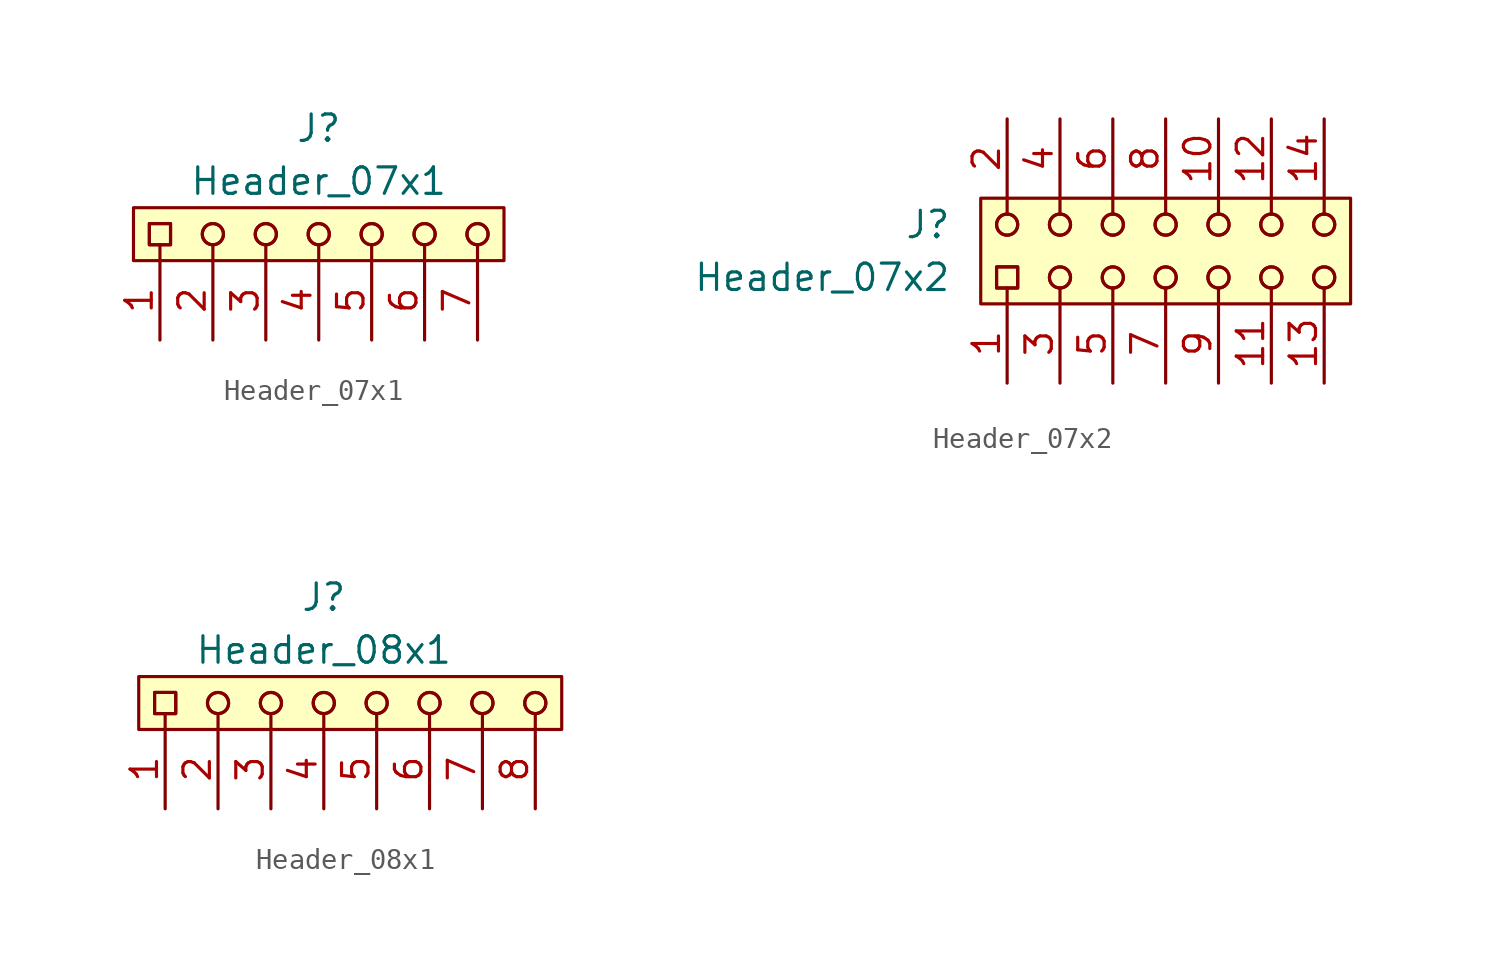
<source format=kicad_sym>
(kicad_symbol_lib
  (version 20220914)
  (generator kicad_symbol_editor)
  (symbol "Header_07x1"
    (pin_names hide)
    (property "Reference" "J"
      (at 0 5.08 0)
      (effects (font (size 1.27 1.27))))
    (property "Value" "Header_07x1"
      (at 0 2.54 0)
      (effects (font (size 1.27 1.27))))
    (symbol "Header_07x1_1_1"
      (rectangle (start -8.89 1.27) (end 8.89 -1.27) (stroke (width 0.152) (type default)) (fill (type background)))
      (rectangle (start -8.128 0.508) (end -7.112 -0.508) (stroke (width 0) (type default)) (fill (type none)))
      (rectangle (start -8.128 0.508) (end -7.112 -0.508) (stroke (width 0) (type default)) (fill (type none)))
      (circle (center -5.08 0) (radius 0.508) (stroke (width 0) (type default)) (fill (type none)))
      (circle (center -5.08 0) (radius 0.508) (stroke (width 0) (type default)) (fill (type none)))
      (circle (center -2.54 0) (radius 0.508) (stroke (width 0) (type default)) (fill (type none)))
      (circle (center -2.54 0) (radius 0.508) (stroke (width 0) (type default)) (fill (type none)))
      (polyline (pts (xy -7.62 -0.508) (xy -7.62 -1.27)) (stroke (width 0) (type default)) (fill (type none)))
      (polyline (pts (xy -5.08 -0.508) (xy -5.08 -1.27)) (stroke (width 0) (type default)) (fill (type none)))
      (polyline (pts (xy -2.54 -0.508) (xy -2.54 -1.27)) (stroke (width 0) (type default)) (fill (type none)))
      (polyline (pts (xy 0 -0.508) (xy 0 -1.27)) (stroke (width 0) (type default)) (fill (type none)))
      (polyline (pts (xy 2.54 -0.508) (xy 2.54 -1.27)) (stroke (width 0) (type default)) (fill (type none)))
      (polyline (pts (xy 5.08 -0.508) (xy 5.08 -1.27)) (stroke (width 0) (type default)) (fill (type none)))
      (polyline (pts (xy 7.62 -0.508) (xy 7.62 -1.27)) (stroke (width 0) (type default)) (fill (type none)))
      (circle (center 0 0) (radius 0.508) (stroke (width 0) (type default)) (fill (type none)))
      (circle (center 0 0) (radius 0.508) (stroke (width 0) (type default)) (fill (type none)))
      (circle (center 2.54 0) (radius 0.508) (stroke (width 0) (type default)) (fill (type none)))
      (circle (center 2.54 0) (radius 0.508) (stroke (width 0) (type default)) (fill (type none)))
      (circle (center 5.08 0) (radius 0.508) (stroke (width 0) (type default)) (fill (type none)))
      (circle (center 5.08 0) (radius 0.508) (stroke (width 0) (type default)) (fill (type none)))
      (circle (center 7.62 0) (radius 0.508) (stroke (width 0) (type default)) (fill (type none)))
      (circle (center 7.62 0) (radius 0.508) (stroke (width 0) (type default)) (fill (type none)))
      (pin passive line (at -7.62 -5.08 90) (length 3.81) (name "~" (effects (font (size 1.27 1.27)))) (number "1" (effects (font (size 1.27 1.27)))))
      (pin passive line (at -5.08 -5.08 90) (length 3.81) (name "~" (effects (font (size 1.27 1.27)))) (number "2" (effects (font (size 1.27 1.27)))))
      (pin passive line (at -2.54 -5.08 90) (length 3.81) (name "~" (effects (font (size 1.27 1.27)))) (number "3" (effects (font (size 1.27 1.27)))))
      (pin passive line (at 0 -5.08 90) (length 3.81) (name "~" (effects (font (size 1.27 1.27)))) (number "4" (effects (font (size 1.27 1.27)))))
      (pin passive line (at 2.54 -5.08 90) (length 3.81) (name "~" (effects (font (size 1.27 1.27)))) (number "5" (effects (font (size 1.27 1.27)))))
      (pin passive line (at 5.08 -5.08 90) (length 3.81) (name "~" (effects (font (size 1.27 1.27)))) (number "6" (effects (font (size 1.27 1.27)))))
      (pin passive line (at 7.62 -5.08 90) (length 3.81) (name "~" (effects (font (size 1.27 1.27)))) (number "7" (effects (font (size 1.27 1.27)))))))
  (symbol "Header_07x2"
    (pin_names hide)
    (property "Reference" "J"
      (at -11.43 2.54 0)
      (effects (font (size 1.27 1.27))))
    (property "Value" "Header_07x2"
      (at -16.51 0 0)
      (effects (font (size 1.27 1.27))))
    (symbol "Header_07x2_0_0"
      (pin passive line (at -7.62 -5.08 90) (length 3.81) (name "~" (effects (font (size 1.27 1.27)))) (number "1" (effects (font (size 1.27 1.27)))))
      (pin passive line (at 2.54 7.62 270) (length 3.81) (name "~" (effects (font (size 1.27 1.27)))) (number "10" (effects (font (size 1.27 1.27)))))
      (pin passive line (at 5.08 -5.08 90) (length 3.81) (name "~" (effects (font (size 1.27 1.27)))) (number "11" (effects (font (size 1.27 1.27)))))
      (pin passive line (at 5.08 7.62 270) (length 3.81) (name "~" (effects (font (size 1.27 1.27)))) (number "12" (effects (font (size 1.27 1.27)))))
      (pin passive line (at 7.62 -5.08 90) (length 3.81) (name "~" (effects (font (size 1.27 1.27)))) (number "13" (effects (font (size 1.27 1.27)))))
      (pin passive line (at 7.62 7.62 270) (length 3.81) (name "~" (effects (font (size 1.27 1.27)))) (number "14" (effects (font (size 1.27 1.27)))))
      (pin passive line (at -7.62 7.62 270) (length 3.81) (name "~" (effects (font (size 1.27 1.27)))) (number "2" (effects (font (size 1.27 1.27)))))
      (pin passive line (at -5.08 -5.08 90) (length 3.81) (name "~" (effects (font (size 1.27 1.27)))) (number "3" (effects (font (size 1.27 1.27)))))
      (pin passive line (at -5.08 7.62 270) (length 3.81) (name "~" (effects (font (size 1.27 1.27)))) (number "4" (effects (font (size 1.27 1.27)))))
      (pin passive line (at -2.54 -5.08 90) (length 3.81) (name "~" (effects (font (size 1.27 1.27)))) (number "5" (effects (font (size 1.27 1.27)))))
      (pin passive line (at -2.54 7.62 270) (length 3.81) (name "~" (effects (font (size 1.27 1.27)))) (number "6" (effects (font (size 1.27 1.27)))))
      (pin passive line (at 0 -5.08 90) (length 3.81) (name "~" (effects (font (size 1.27 1.27)))) (number "7" (effects (font (size 1.27 1.27)))))
      (pin passive line (at 0 7.62 270) (length 3.81) (name "~" (effects (font (size 1.27 1.27)))) (number "8" (effects (font (size 1.27 1.27)))))
      (pin passive line (at 2.54 -5.08 90) (length 3.81) (name "~" (effects (font (size 1.27 1.27)))) (number "9" (effects (font (size 1.27 1.27))))))
    (symbol "Header_07x2_0_1"
      (rectangle (start -8.89 3.81) (end 8.89 -1.27) (stroke (width 0.152) (type default)) (fill (type background)))
      (rectangle (start -8.128 0.508) (end -7.112 -0.508) (stroke (width 0) (type default)) (fill (type none)))
      (rectangle (start -8.128 0.508) (end -7.112 -0.508) (stroke (width 0) (type default)) (fill (type none)))
      (circle (center -7.62 2.54) (radius 0.508) (stroke (width 0) (type default)) (fill (type none)))
      (circle (center -7.62 2.54) (radius 0.508) (stroke (width 0) (type default)) (fill (type none)))
      (circle (center -5.08 0) (radius 0.508) (stroke (width 0) (type default)) (fill (type none)))
      (circle (center -5.08 0) (radius 0.508) (stroke (width 0) (type default)) (fill (type none)))
      (circle (center -5.08 2.54) (radius 0.508) (stroke (width 0) (type default)) (fill (type none)))
      (circle (center -5.08 2.54) (radius 0.508) (stroke (width 0) (type default)) (fill (type none)))
      (circle (center -2.54 0) (radius 0.508) (stroke (width 0) (type default)) (fill (type none)))
      (circle (center -2.54 0) (radius 0.508) (stroke (width 0) (type default)) (fill (type none)))
      (circle (center -2.54 2.54) (radius 0.508) (stroke (width 0) (type default)) (fill (type none)))
      (circle (center -2.54 2.54) (radius 0.508) (stroke (width 0) (type default)) (fill (type none)))
      (polyline (pts (xy -7.62 -0.508) (xy -7.62 -1.27)) (stroke (width 0) (type default)) (fill (type none)))
      (polyline (pts (xy -7.62 3.048) (xy -7.62 3.81)) (stroke (width 0) (type default)) (fill (type none)))
      (polyline (pts (xy -5.08 -0.508) (xy -5.08 -1.27)) (stroke (width 0) (type default)) (fill (type none)))
      (polyline (pts (xy -5.08 3.048) (xy -5.08 3.81)) (stroke (width 0) (type default)) (fill (type none)))
      (polyline (pts (xy -2.54 -0.508) (xy -2.54 -1.27)) (stroke (width 0) (type default)) (fill (type none)))
      (polyline (pts (xy -2.54 3.048) (xy -2.54 3.81)) (stroke (width 0) (type default)) (fill (type none)))
      (polyline (pts (xy 0 -0.508) (xy 0 -1.27)) (stroke (width 0) (type default)) (fill (type none)))
      (polyline (pts (xy 0 3.048) (xy 0 3.81)) (stroke (width 0) (type default)) (fill (type none)))
      (polyline (pts (xy 2.54 -0.508) (xy 2.54 -1.27)) (stroke (width 0) (type default)) (fill (type none)))
      (polyline (pts (xy 2.54 3.048) (xy 2.54 3.81)) (stroke (width 0) (type default)) (fill (type none)))
      (polyline (pts (xy 5.08 -0.508) (xy 5.08 -1.27)) (stroke (width 0) (type default)) (fill (type none)))
      (polyline (pts (xy 5.08 3.048) (xy 5.08 3.81)) (stroke (width 0) (type default)) (fill (type none)))
      (polyline (pts (xy 7.62 -0.508) (xy 7.62 -1.27)) (stroke (width 0) (type default)) (fill (type none)))
      (polyline (pts (xy 7.62 3.048) (xy 7.62 3.81)) (stroke (width 0) (type default)) (fill (type none)))
      (circle (center 0 0) (radius 0.508) (stroke (width 0) (type default)) (fill (type none)))
      (circle (center 0 0) (radius 0.508) (stroke (width 0) (type default)) (fill (type none)))
      (circle (center 0 2.54) (radius 0.508) (stroke (width 0) (type default)) (fill (type none)))
      (circle (center 0 2.54) (radius 0.508) (stroke (width 0) (type default)) (fill (type none)))
      (circle (center 2.54 0) (radius 0.508) (stroke (width 0) (type default)) (fill (type none)))
      (circle (center 2.54 0) (radius 0.508) (stroke (width 0) (type default)) (fill (type none)))
      (circle (center 2.54 2.54) (radius 0.508) (stroke (width 0) (type default)) (fill (type none)))
      (circle (center 2.54 2.54) (radius 0.508) (stroke (width 0) (type default)) (fill (type none)))
      (circle (center 5.08 0) (radius 0.508) (stroke (width 0) (type default)) (fill (type none)))
      (circle (center 5.08 0) (radius 0.508) (stroke (width 0) (type default)) (fill (type none)))
      (circle (center 5.08 2.54) (radius 0.508) (stroke (width 0) (type default)) (fill (type none)))
      (circle (center 5.08 2.54) (radius 0.508) (stroke (width 0) (type default)) (fill (type none)))
      (circle (center 7.62 0) (radius 0.508) (stroke (width 0) (type default)) (fill (type none)))
      (circle (center 7.62 0) (radius 0.508) (stroke (width 0) (type default)) (fill (type none)))
      (circle (center 7.62 2.54) (radius 0.508) (stroke (width 0) (type default)) (fill (type none)))
      (circle (center 7.62 2.54) (radius 0.508) (stroke (width 0) (type default)) (fill (type none)))))
  (symbol "Header_08x1"
    (pin_names hide)
    (property "Reference" "J"
      (at 0 5.08 0)
      (effects (font (size 1.27 1.27))))
    (property "Value" "Header_08x1"
      (at 0 2.54 0)
      (effects (font (size 1.27 1.27))))
    (symbol "Header_08x1_1_1"
      (rectangle (start -8.89 1.27) (end 11.43 -1.27) (stroke (width 0.152) (type default)) (fill (type background)))
      (rectangle (start -8.128 0.508) (end -7.112 -0.508) (stroke (width 0) (type default)) (fill (type none)))
      (rectangle (start -8.128 0.508) (end -7.112 -0.508) (stroke (width 0) (type default)) (fill (type none)))
      (circle (center -5.08 0) (radius 0.508) (stroke (width 0) (type default)) (fill (type none)))
      (circle (center -5.08 0) (radius 0.508) (stroke (width 0) (type default)) (fill (type none)))
      (circle (center -2.54 0) (radius 0.508) (stroke (width 0) (type default)) (fill (type none)))
      (circle (center -2.54 0) (radius 0.508) (stroke (width 0) (type default)) (fill (type none)))
      (polyline (pts (xy -7.62 -0.508) (xy -7.62 -1.27)) (stroke (width 0) (type default)) (fill (type none)))
      (polyline (pts (xy -5.08 -0.508) (xy -5.08 -1.27)) (stroke (width 0) (type default)) (fill (type none)))
      (polyline (pts (xy -2.54 -0.508) (xy -2.54 -1.27)) (stroke (width 0) (type default)) (fill (type none)))
      (polyline (pts (xy 0 -0.508) (xy 0 -1.27)) (stroke (width 0) (type default)) (fill (type none)))
      (polyline (pts (xy 2.54 -0.508) (xy 2.54 -1.27)) (stroke (width 0) (type default)) (fill (type none)))
      (polyline (pts (xy 5.08 -0.508) (xy 5.08 -1.27)) (stroke (width 0) (type default)) (fill (type none)))
      (polyline (pts (xy 7.62 -0.508) (xy 7.62 -1.27)) (stroke (width 0) (type default)) (fill (type none)))
      (polyline (pts (xy 10.16 -0.508) (xy 10.16 -1.27)) (stroke (width 0) (type default)) (fill (type none)))
      (circle (center 0 0) (radius 0.508) (stroke (width 0) (type default)) (fill (type none)))
      (circle (center 0 0) (radius 0.508) (stroke (width 0) (type default)) (fill (type none)))
      (circle (center 2.54 0) (radius 0.508) (stroke (width 0) (type default)) (fill (type none)))
      (circle (center 2.54 0) (radius 0.508) (stroke (width 0) (type default)) (fill (type none)))
      (circle (center 5.08 0) (radius 0.508) (stroke (width 0) (type default)) (fill (type none)))
      (circle (center 5.08 0) (radius 0.508) (stroke (width 0) (type default)) (fill (type none)))
      (circle (center 7.62 0) (radius 0.508) (stroke (width 0) (type default)) (fill (type none)))
      (circle (center 7.62 0) (radius 0.508) (stroke (width 0) (type default)) (fill (type none)))
      (circle (center 10.16 0) (radius 0.508) (stroke (width 0) (type default)) (fill (type none)))
      (circle (center 10.16 0) (radius 0.508) (stroke (width 0) (type default)) (fill (type none)))
      (pin passive line (at -7.62 -5.08 90) (length 3.81) (name "~" (effects (font (size 1.27 1.27)))) (number "1" (effects (font (size 1.27 1.27)))))
      (pin passive line (at -5.08 -5.08 90) (length 3.81) (name "~" (effects (font (size 1.27 1.27)))) (number "2" (effects (font (size 1.27 1.27)))))
      (pin passive line (at -2.54 -5.08 90) (length 3.81) (name "~" (effects (font (size 1.27 1.27)))) (number "3" (effects (font (size 1.27 1.27)))))
      (pin passive line (at 0 -5.08 90) (length 3.81) (name "~" (effects (font (size 1.27 1.27)))) (number "4" (effects (font (size 1.27 1.27)))))
      (pin passive line (at 2.54 -5.08 90) (length 3.81) (name "~" (effects (font (size 1.27 1.27)))) (number "5" (effects (font (size 1.27 1.27)))))
      (pin passive line (at 5.08 -5.08 90) (length 3.81) (name "~" (effects (font (size 1.27 1.27)))) (number "6" (effects (font (size 1.27 1.27)))))
      (pin passive line (at 7.62 -5.08 90) (length 3.81) (name "~" (effects (font (size 1.27 1.27)))) (number "7" (effects (font (size 1.27 1.27)))))
      (pin passive line (at 10.16 -5.08 90) (length 3.81) (name "~" (effects (font (size 1.27 1.27)))) (number "8" (effects (font (size 1.27 1.27))))))))
</source>
